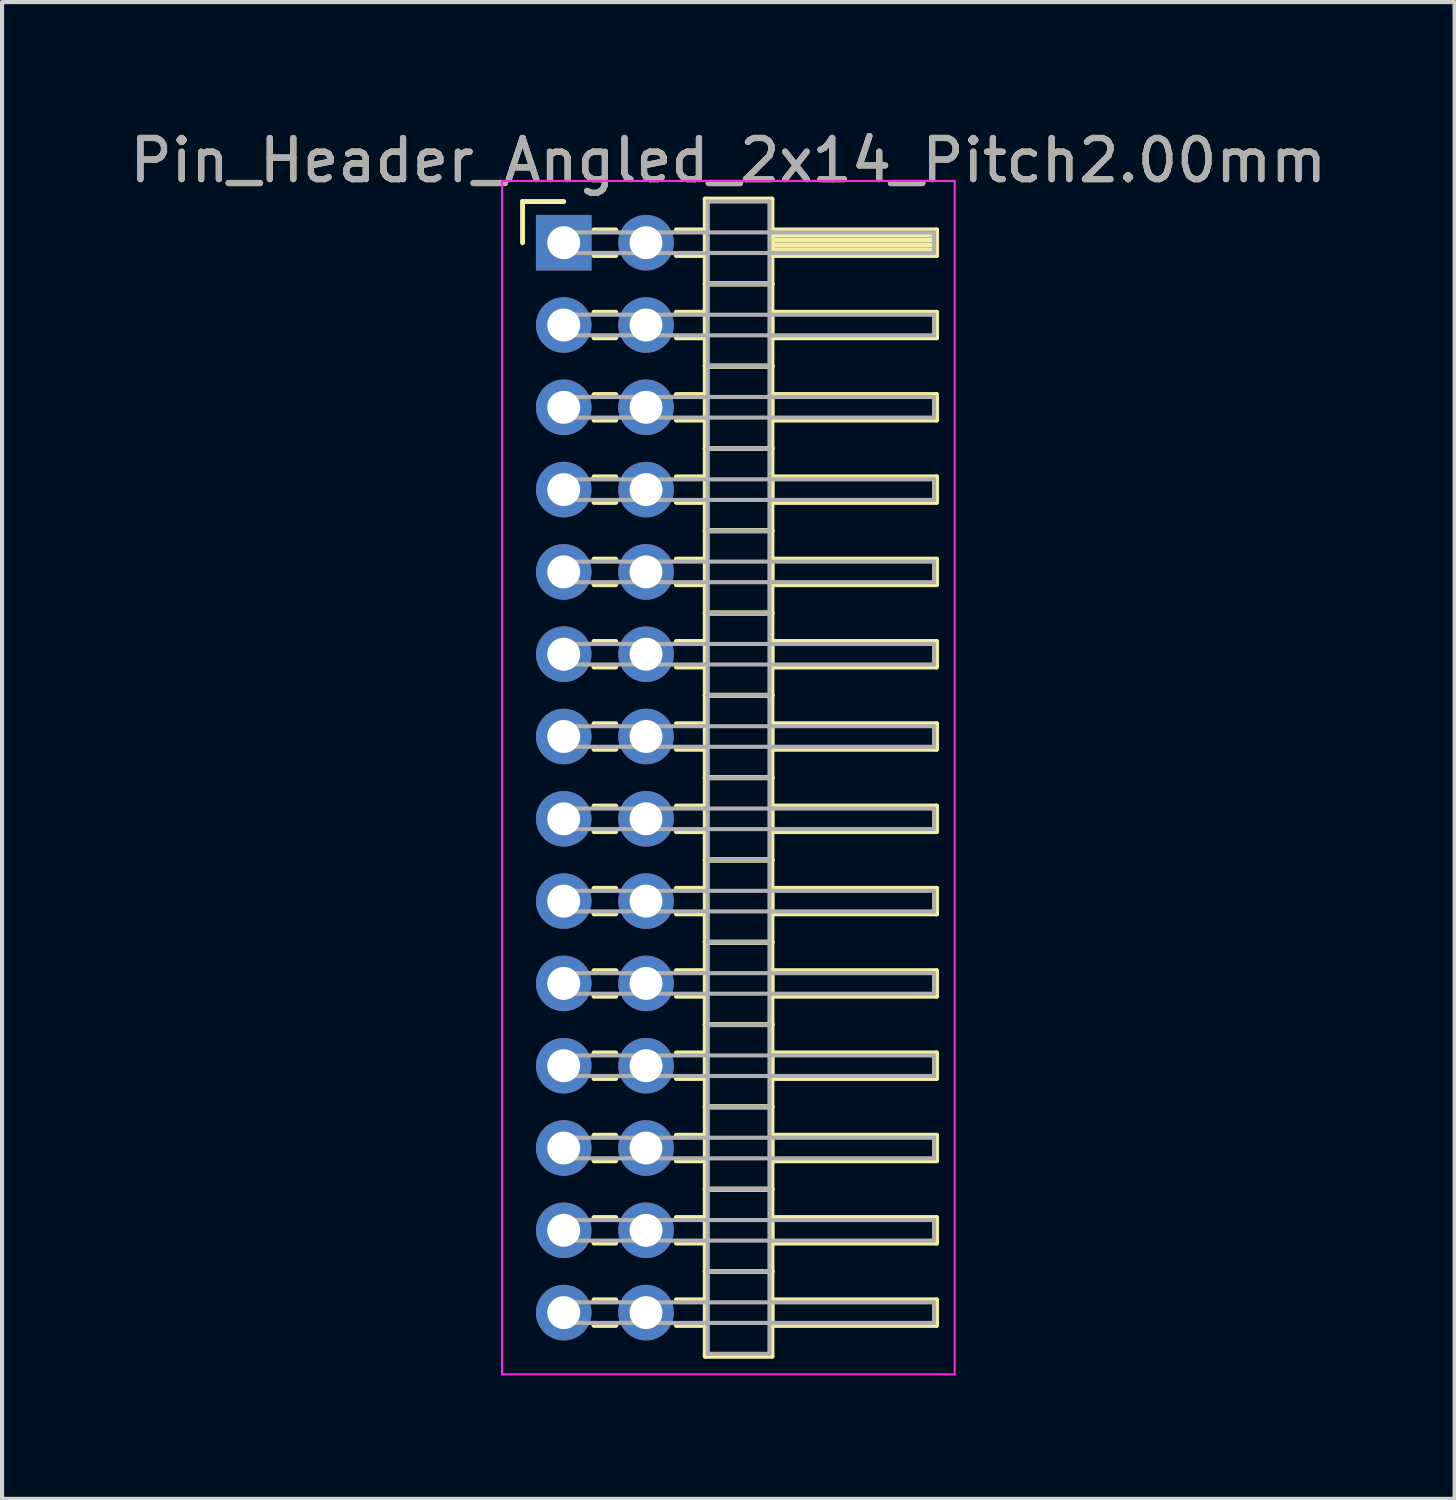
<source format=kicad_pcb>
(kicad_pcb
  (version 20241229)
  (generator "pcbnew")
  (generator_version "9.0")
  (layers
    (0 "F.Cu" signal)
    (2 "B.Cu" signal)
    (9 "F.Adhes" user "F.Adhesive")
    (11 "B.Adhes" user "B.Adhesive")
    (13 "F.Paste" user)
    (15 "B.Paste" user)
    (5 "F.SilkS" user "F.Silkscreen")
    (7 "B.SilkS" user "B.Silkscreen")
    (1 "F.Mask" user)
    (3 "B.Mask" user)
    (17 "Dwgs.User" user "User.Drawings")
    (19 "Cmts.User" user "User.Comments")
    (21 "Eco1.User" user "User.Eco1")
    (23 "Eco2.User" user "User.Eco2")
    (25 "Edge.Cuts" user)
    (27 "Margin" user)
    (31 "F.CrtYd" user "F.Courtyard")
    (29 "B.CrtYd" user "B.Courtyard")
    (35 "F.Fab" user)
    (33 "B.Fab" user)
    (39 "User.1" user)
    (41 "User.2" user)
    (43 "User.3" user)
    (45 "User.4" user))
  (footprint "Pin_Header_Angled_2x14_Pitch2.00mm"
    (layer "F.Cu")
    (at 10.649 2.848)
    (property "Reference" "Pin_Header_Angled_2x14_Pitch2.00mm" (at 4 -2 0) (layer "F.SilkS") (effects (font (size 1 1) (thickness 0.15))))
    (attr through_hole)
    (fp_line (start -1 -1) (end 0 -1) (stroke (width 0.12) (type solid)) (layer "F.SilkS"))
    (fp_line (start -1 0) (end -1 -1) (stroke (width 0.12) (type solid)) (layer "F.SilkS"))
    (fp_line (start 0.735 -0.31) (end 1.265 -0.31) (stroke (width 0.12) (type solid)) (layer "F.SilkS"))
    (fp_line (start 0.735 0.31) (end 1.265 0.31) (stroke (width 0.12) (type solid)) (layer "F.SilkS"))
    (fp_line (start 0.735 1.69) (end 1.265 1.69) (stroke (width 0.12) (type solid)) (layer "F.SilkS"))
    (fp_line (start 0.735 2.31) (end 1.265 2.31) (stroke (width 0.12) (type solid)) (layer "F.SilkS"))
    (fp_line (start 0.735 3.69) (end 1.265 3.69) (stroke (width 0.12) (type solid)) (layer "F.SilkS"))
    (fp_line (start 0.735 4.31) (end 1.265 4.31) (stroke (width 0.12) (type solid)) (layer "F.SilkS"))
    (fp_line (start 0.735 5.69) (end 1.265 5.69) (stroke (width 0.12) (type solid)) (layer "F.SilkS"))
    (fp_line (start 0.735 6.31) (end 1.265 6.31) (stroke (width 0.12) (type solid)) (layer "F.SilkS"))
    (fp_line (start 0.735 7.69) (end 1.265 7.69) (stroke (width 0.12) (type solid)) (layer "F.SilkS"))
    (fp_line (start 0.735 8.31) (end 1.265 8.31) (stroke (width 0.12) (type solid)) (layer "F.SilkS"))
    (fp_line (start 0.735 9.69) (end 1.265 9.69) (stroke (width 0.12) (type solid)) (layer "F.SilkS"))
    (fp_line (start 0.735 10.31) (end 1.265 10.31) (stroke (width 0.12) (type solid)) (layer "F.SilkS"))
    (fp_line (start 0.735 11.69) (end 1.265 11.69) (stroke (width 0.12) (type solid)) (layer "F.SilkS"))
    (fp_line (start 0.735 12.31) (end 1.265 12.31) (stroke (width 0.12) (type solid)) (layer "F.SilkS"))
    (fp_line (start 0.735 13.69) (end 1.265 13.69) (stroke (width 0.12) (type solid)) (layer "F.SilkS"))
    (fp_line (start 0.735 14.31) (end 1.265 14.31) (stroke (width 0.12) (type solid)) (layer "F.SilkS"))
    (fp_line (start 0.735 15.69) (end 1.265 15.69) (stroke (width 0.12) (type solid)) (layer "F.SilkS"))
    (fp_line (start 0.735 16.31) (end 1.265 16.31) (stroke (width 0.12) (type solid)) (layer "F.SilkS"))
    (fp_line (start 0.735 17.69) (end 1.265 17.69) (stroke (width 0.12) (type solid)) (layer "F.SilkS"))
    (fp_line (start 0.735 18.31) (end 1.265 18.31) (stroke (width 0.12) (type solid)) (layer "F.SilkS"))
    (fp_line (start 0.735 19.69) (end 1.265 19.69) (stroke (width 0.12) (type solid)) (layer "F.SilkS"))
    (fp_line (start 0.735 20.31) (end 1.265 20.31) (stroke (width 0.12) (type solid)) (layer "F.SilkS"))
    (fp_line (start 0.735 21.69) (end 1.265 21.69) (stroke (width 0.12) (type solid)) (layer "F.SilkS"))
    (fp_line (start 0.735 22.31) (end 1.265 22.31) (stroke (width 0.12) (type solid)) (layer "F.SilkS"))
    (fp_line (start 0.735 23.69) (end 1.265 23.69) (stroke (width 0.12) (type solid)) (layer "F.SilkS"))
    (fp_line (start 0.735 24.31) (end 1.265 24.31) (stroke (width 0.12) (type solid)) (layer "F.SilkS"))
    (fp_line (start 0.735 25.69) (end 1.265 25.69) (stroke (width 0.12) (type solid)) (layer "F.SilkS"))
    (fp_line (start 0.735 26.31) (end 1.265 26.31) (stroke (width 0.12) (type solid)) (layer "F.SilkS"))
    (fp_line (start 2.735 -0.31) (end 3.44 -0.31) (stroke (width 0.12) (type solid)) (layer "F.SilkS"))
    (fp_line (start 2.735 0.31) (end 3.44 0.31) (stroke (width 0.12) (type solid)) (layer "F.SilkS"))
    (fp_line (start 2.735 1.69) (end 3.44 1.69) (stroke (width 0.12) (type solid)) (layer "F.SilkS"))
    (fp_line (start 2.735 2.31) (end 3.44 2.31) (stroke (width 0.12) (type solid)) (layer "F.SilkS"))
    (fp_line (start 2.735 3.69) (end 3.44 3.69) (stroke (width 0.12) (type solid)) (layer "F.SilkS"))
    (fp_line (start 2.735 4.31) (end 3.44 4.31) (stroke (width 0.12) (type solid)) (layer "F.SilkS"))
    (fp_line (start 2.735 5.69) (end 3.44 5.69) (stroke (width 0.12) (type solid)) (layer "F.SilkS"))
    (fp_line (start 2.735 6.31) (end 3.44 6.31) (stroke (width 0.12) (type solid)) (layer "F.SilkS"))
    (fp_line (start 2.735 7.69) (end 3.44 7.69) (stroke (width 0.12) (type solid)) (layer "F.SilkS"))
    (fp_line (start 2.735 8.31) (end 3.44 8.31) (stroke (width 0.12) (type solid)) (layer "F.SilkS"))
    (fp_line (start 2.735 9.69) (end 3.44 9.69) (stroke (width 0.12) (type solid)) (layer "F.SilkS"))
    (fp_line (start 2.735 10.31) (end 3.44 10.31) (stroke (width 0.12) (type solid)) (layer "F.SilkS"))
    (fp_line (start 2.735 11.69) (end 3.44 11.69) (stroke (width 0.12) (type solid)) (layer "F.SilkS"))
    (fp_line (start 2.735 12.31) (end 3.44 12.31) (stroke (width 0.12) (type solid)) (layer "F.SilkS"))
    (fp_line (start 2.735 13.69) (end 3.44 13.69) (stroke (width 0.12) (type solid)) (layer "F.SilkS"))
    (fp_line (start 2.735 14.31) (end 3.44 14.31) (stroke (width 0.12) (type solid)) (layer "F.SilkS"))
    (fp_line (start 2.735 15.69) (end 3.44 15.69) (stroke (width 0.12) (type solid)) (layer "F.SilkS"))
    (fp_line (start 2.735 16.31) (end 3.44 16.31) (stroke (width 0.12) (type solid)) (layer "F.SilkS"))
    (fp_line (start 2.735 17.69) (end 3.44 17.69) (stroke (width 0.12) (type solid)) (layer "F.SilkS"))
    (fp_line (start 2.735 18.31) (end 3.44 18.31) (stroke (width 0.12) (type solid)) (layer "F.SilkS"))
    (fp_line (start 2.735 19.69) (end 3.44 19.69) (stroke (width 0.12) (type solid)) (layer "F.SilkS"))
    (fp_line (start 2.735 20.31) (end 3.44 20.31) (stroke (width 0.12) (type solid)) (layer "F.SilkS"))
    (fp_line (start 2.735 21.69) (end 3.44 21.69) (stroke (width 0.12) (type solid)) (layer "F.SilkS"))
    (fp_line (start 2.735 22.31) (end 3.44 22.31) (stroke (width 0.12) (type solid)) (layer "F.SilkS"))
    (fp_line (start 2.735 23.69) (end 3.44 23.69) (stroke (width 0.12) (type solid)) (layer "F.SilkS"))
    (fp_line (start 2.735 24.31) (end 3.44 24.31) (stroke (width 0.12) (type solid)) (layer "F.SilkS"))
    (fp_line (start 2.735 25.69) (end 3.44 25.69) (stroke (width 0.12) (type solid)) (layer "F.SilkS"))
    (fp_line (start 2.735 26.31) (end 3.44 26.31) (stroke (width 0.12) (type solid)) (layer "F.SilkS"))
    (fp_line (start 3.44 -1.06) (end 3.44 1) (stroke (width 0.12) (type solid)) (layer "F.SilkS"))
    (fp_line (start 3.44 1) (end 3.44 3) (stroke (width 0.12) (type solid)) (layer "F.SilkS"))
    (fp_line (start 3.44 1) (end 5.06 1) (stroke (width 0.12) (type solid)) (layer "F.SilkS"))
    (fp_line (start 3.44 3) (end 3.44 5) (stroke (width 0.12) (type solid)) (layer "F.SilkS"))
    (fp_line (start 3.44 3) (end 5.06 3) (stroke (width 0.12) (type solid)) (layer "F.SilkS"))
    (fp_line (start 3.44 5) (end 3.44 7) (stroke (width 0.12) (type solid)) (layer "F.SilkS"))
    (fp_line (start 3.44 5) (end 5.06 5) (stroke (width 0.12) (type solid)) (layer "F.SilkS"))
    (fp_line (start 3.44 7) (end 3.44 9) (stroke (width 0.12) (type solid)) (layer "F.SilkS"))
    (fp_line (start 3.44 7) (end 5.06 7) (stroke (width 0.12) (type solid)) (layer "F.SilkS"))
    (fp_line (start 3.44 9) (end 3.44 11) (stroke (width 0.12) (type solid)) (layer "F.SilkS"))
    (fp_line (start 3.44 9) (end 5.06 9) (stroke (width 0.12) (type solid)) (layer "F.SilkS"))
    (fp_line (start 3.44 11) (end 3.44 13) (stroke (width 0.12) (type solid)) (layer "F.SilkS"))
    (fp_line (start 3.44 11) (end 5.06 11) (stroke (width 0.12) (type solid)) (layer "F.SilkS"))
    (fp_line (start 3.44 13) (end 3.44 15) (stroke (width 0.12) (type solid)) (layer "F.SilkS"))
    (fp_line (start 3.44 13) (end 5.06 13) (stroke (width 0.12) (type solid)) (layer "F.SilkS"))
    (fp_line (start 3.44 15) (end 3.44 17) (stroke (width 0.12) (type solid)) (layer "F.SilkS"))
    (fp_line (start 3.44 15) (end 5.06 15) (stroke (width 0.12) (type solid)) (layer "F.SilkS"))
    (fp_line (start 3.44 17) (end 3.44 19) (stroke (width 0.12) (type solid)) (layer "F.SilkS"))
    (fp_line (start 3.44 17) (end 5.06 17) (stroke (width 0.12) (type solid)) (layer "F.SilkS"))
    (fp_line (start 3.44 19) (end 3.44 21) (stroke (width 0.12) (type solid)) (layer "F.SilkS"))
    (fp_line (start 3.44 19) (end 5.06 19) (stroke (width 0.12) (type solid)) (layer "F.SilkS"))
    (fp_line (start 3.44 21) (end 3.44 23) (stroke (width 0.12) (type solid)) (layer "F.SilkS"))
    (fp_line (start 3.44 21) (end 5.06 21) (stroke (width 0.12) (type solid)) (layer "F.SilkS"))
    (fp_line (start 3.44 23) (end 3.44 25) (stroke (width 0.12) (type solid)) (layer "F.SilkS"))
    (fp_line (start 3.44 23) (end 5.06 23) (stroke (width 0.12) (type solid)) (layer "F.SilkS"))
    (fp_line (start 3.44 25) (end 3.44 27.06) (stroke (width 0.12) (type solid)) (layer "F.SilkS"))
    (fp_line (start 3.44 25) (end 5.06 25) (stroke (width 0.12) (type solid)) (layer "F.SilkS"))
    (fp_line (start 3.44 27.06) (end 5.06 27.06) (stroke (width 0.12) (type solid)) (layer "F.SilkS"))
    (fp_line (start 5.06 -1.06) (end 3.44 -1.06) (stroke (width 0.12) (type solid)) (layer "F.SilkS"))
    (fp_line (start 5.06 -0.31) (end 5.06 0.31) (stroke (width 0.12) (type solid)) (layer "F.SilkS"))
    (fp_line (start 5.06 -0.19) (end 9.06 -0.19) (stroke (width 0.12) (type solid)) (layer "F.SilkS"))
    (fp_line (start 5.06 -0.07) (end 9.06 -0.07) (stroke (width 0.12) (type solid)) (layer "F.SilkS"))
    (fp_line (start 5.06 0.05) (end 9.06 0.05) (stroke (width 0.12) (type solid)) (layer "F.SilkS"))
    (fp_line (start 5.06 0.17) (end 9.06 0.17) (stroke (width 0.12) (type solid)) (layer "F.SilkS"))
    (fp_line (start 5.06 0.29) (end 9.06 0.29) (stroke (width 0.12) (type solid)) (layer "F.SilkS"))
    (fp_line (start 5.06 0.31) (end 9.06 0.31) (stroke (width 0.12) (type solid)) (layer "F.SilkS"))
    (fp_line (start 5.06 1) (end 3.44 1) (stroke (width 0.12) (type solid)) (layer "F.SilkS"))
    (fp_line (start 5.06 1) (end 5.06 -1.06) (stroke (width 0.12) (type solid)) (layer "F.SilkS"))
    (fp_line (start 5.06 1.69) (end 5.06 2.31) (stroke (width 0.12) (type solid)) (layer "F.SilkS"))
    (fp_line (start 5.06 2.31) (end 9.06 2.31) (stroke (width 0.12) (type solid)) (layer "F.SilkS"))
    (fp_line (start 5.06 3) (end 3.44 3) (stroke (width 0.12) (type solid)) (layer "F.SilkS"))
    (fp_line (start 5.06 3) (end 5.06 1) (stroke (width 0.12) (type solid)) (layer "F.SilkS"))
    (fp_line (start 5.06 3.69) (end 5.06 4.31) (stroke (width 0.12) (type solid)) (layer "F.SilkS"))
    (fp_line (start 5.06 4.31) (end 9.06 4.31) (stroke (width 0.12) (type solid)) (layer "F.SilkS"))
    (fp_line (start 5.06 5) (end 3.44 5) (stroke (width 0.12) (type solid)) (layer "F.SilkS"))
    (fp_line (start 5.06 5) (end 5.06 3) (stroke (width 0.12) (type solid)) (layer "F.SilkS"))
    (fp_line (start 5.06 5.69) (end 5.06 6.31) (stroke (width 0.12) (type solid)) (layer "F.SilkS"))
    (fp_line (start 5.06 6.31) (end 9.06 6.31) (stroke (width 0.12) (type solid)) (layer "F.SilkS"))
    (fp_line (start 5.06 7) (end 3.44 7) (stroke (width 0.12) (type solid)) (layer "F.SilkS"))
    (fp_line (start 5.06 7) (end 5.06 5) (stroke (width 0.12) (type solid)) (layer "F.SilkS"))
    (fp_line (start 5.06 7.69) (end 5.06 8.31) (stroke (width 0.12) (type solid)) (layer "F.SilkS"))
    (fp_line (start 5.06 8.31) (end 9.06 8.31) (stroke (width 0.12) (type solid)) (layer "F.SilkS"))
    (fp_line (start 5.06 9) (end 3.44 9) (stroke (width 0.12) (type solid)) (layer "F.SilkS"))
    (fp_line (start 5.06 9) (end 5.06 7) (stroke (width 0.12) (type solid)) (layer "F.SilkS"))
    (fp_line (start 5.06 9.69) (end 5.06 10.31) (stroke (width 0.12) (type solid)) (layer "F.SilkS"))
    (fp_line (start 5.06 10.31) (end 9.06 10.31) (stroke (width 0.12) (type solid)) (layer "F.SilkS"))
    (fp_line (start 5.06 11) (end 3.44 11) (stroke (width 0.12) (type solid)) (layer "F.SilkS"))
    (fp_line (start 5.06 11) (end 5.06 9) (stroke (width 0.12) (type solid)) (layer "F.SilkS"))
    (fp_line (start 5.06 11.69) (end 5.06 12.31) (stroke (width 0.12) (type solid)) (layer "F.SilkS"))
    (fp_line (start 5.06 12.31) (end 9.06 12.31) (stroke (width 0.12) (type solid)) (layer "F.SilkS"))
    (fp_line (start 5.06 13) (end 3.44 13) (stroke (width 0.12) (type solid)) (layer "F.SilkS"))
    (fp_line (start 5.06 13) (end 5.06 11) (stroke (width 0.12) (type solid)) (layer "F.SilkS"))
    (fp_line (start 5.06 13.69) (end 5.06 14.31) (stroke (width 0.12) (type solid)) (layer "F.SilkS"))
    (fp_line (start 5.06 14.31) (end 9.06 14.31) (stroke (width 0.12) (type solid)) (layer "F.SilkS"))
    (fp_line (start 5.06 15) (end 3.44 15) (stroke (width 0.12) (type solid)) (layer "F.SilkS"))
    (fp_line (start 5.06 15) (end 5.06 13) (stroke (width 0.12) (type solid)) (layer "F.SilkS"))
    (fp_line (start 5.06 15.69) (end 5.06 16.31) (stroke (width 0.12) (type solid)) (layer "F.SilkS"))
    (fp_line (start 5.06 16.31) (end 9.06 16.31) (stroke (width 0.12) (type solid)) (layer "F.SilkS"))
    (fp_line (start 5.06 17) (end 3.44 17) (stroke (width 0.12) (type solid)) (layer "F.SilkS"))
    (fp_line (start 5.06 17) (end 5.06 15) (stroke (width 0.12) (type solid)) (layer "F.SilkS"))
    (fp_line (start 5.06 17.69) (end 5.06 18.31) (stroke (width 0.12) (type solid)) (layer "F.SilkS"))
    (fp_line (start 5.06 18.31) (end 9.06 18.31) (stroke (width 0.12) (type solid)) (layer "F.SilkS"))
    (fp_line (start 5.06 19) (end 3.44 19) (stroke (width 0.12) (type solid)) (layer "F.SilkS"))
    (fp_line (start 5.06 19) (end 5.06 17) (stroke (width 0.12) (type solid)) (layer "F.SilkS"))
    (fp_line (start 5.06 19.69) (end 5.06 20.31) (stroke (width 0.12) (type solid)) (layer "F.SilkS"))
    (fp_line (start 5.06 20.31) (end 9.06 20.31) (stroke (width 0.12) (type solid)) (layer "F.SilkS"))
    (fp_line (start 5.06 21) (end 3.44 21) (stroke (width 0.12) (type solid)) (layer "F.SilkS"))
    (fp_line (start 5.06 21) (end 5.06 19) (stroke (width 0.12) (type solid)) (layer "F.SilkS"))
    (fp_line (start 5.06 21.69) (end 5.06 22.31) (stroke (width 0.12) (type solid)) (layer "F.SilkS"))
    (fp_line (start 5.06 22.31) (end 9.06 22.31) (stroke (width 0.12) (type solid)) (layer "F.SilkS"))
    (fp_line (start 5.06 23) (end 3.44 23) (stroke (width 0.12) (type solid)) (layer "F.SilkS"))
    (fp_line (start 5.06 23) (end 5.06 21) (stroke (width 0.12) (type solid)) (layer "F.SilkS"))
    (fp_line (start 5.06 23.69) (end 5.06 24.31) (stroke (width 0.12) (type solid)) (layer "F.SilkS"))
    (fp_line (start 5.06 24.31) (end 9.06 24.31) (stroke (width 0.12) (type solid)) (layer "F.SilkS"))
    (fp_line (start 5.06 25) (end 3.44 25) (stroke (width 0.12) (type solid)) (layer "F.SilkS"))
    (fp_line (start 5.06 25) (end 5.06 23) (stroke (width 0.12) (type solid)) (layer "F.SilkS"))
    (fp_line (start 5.06 25.69) (end 5.06 26.31) (stroke (width 0.12) (type solid)) (layer "F.SilkS"))
    (fp_line (start 5.06 26.31) (end 9.06 26.31) (stroke (width 0.12) (type solid)) (layer "F.SilkS"))
    (fp_line (start 5.06 27.06) (end 5.06 25) (stroke (width 0.12) (type solid)) (layer "F.SilkS"))
    (fp_line (start 9.06 -0.31) (end 5.06 -0.31) (stroke (width 0.12) (type solid)) (layer "F.SilkS"))
    (fp_line (start 9.06 0.31) (end 9.06 -0.31) (stroke (width 0.12) (type solid)) (layer "F.SilkS"))
    (fp_line (start 9.06 1.69) (end 5.06 1.69) (stroke (width 0.12) (type solid)) (layer "F.SilkS"))
    (fp_line (start 9.06 2.31) (end 9.06 1.69) (stroke (width 0.12) (type solid)) (layer "F.SilkS"))
    (fp_line (start 9.06 3.69) (end 5.06 3.69) (stroke (width 0.12) (type solid)) (layer "F.SilkS"))
    (fp_line (start 9.06 4.31) (end 9.06 3.69) (stroke (width 0.12) (type solid)) (layer "F.SilkS"))
    (fp_line (start 9.06 5.69) (end 5.06 5.69) (stroke (width 0.12) (type solid)) (layer "F.SilkS"))
    (fp_line (start 9.06 6.31) (end 9.06 5.69) (stroke (width 0.12) (type solid)) (layer "F.SilkS"))
    (fp_line (start 9.06 7.69) (end 5.06 7.69) (stroke (width 0.12) (type solid)) (layer "F.SilkS"))
    (fp_line (start 9.06 8.31) (end 9.06 7.69) (stroke (width 0.12) (type solid)) (layer "F.SilkS"))
    (fp_line (start 9.06 9.69) (end 5.06 9.69) (stroke (width 0.12) (type solid)) (layer "F.SilkS"))
    (fp_line (start 9.06 10.31) (end 9.06 9.69) (stroke (width 0.12) (type solid)) (layer "F.SilkS"))
    (fp_line (start 9.06 11.69) (end 5.06 11.69) (stroke (width 0.12) (type solid)) (layer "F.SilkS"))
    (fp_line (start 9.06 12.31) (end 9.06 11.69) (stroke (width 0.12) (type solid)) (layer "F.SilkS"))
    (fp_line (start 9.06 13.69) (end 5.06 13.69) (stroke (width 0.12) (type solid)) (layer "F.SilkS"))
    (fp_line (start 9.06 14.31) (end 9.06 13.69) (stroke (width 0.12) (type solid)) (layer "F.SilkS"))
    (fp_line (start 9.06 15.69) (end 5.06 15.69) (stroke (width 0.12) (type solid)) (layer "F.SilkS"))
    (fp_line (start 9.06 16.31) (end 9.06 15.69) (stroke (width 0.12) (type solid)) (layer "F.SilkS"))
    (fp_line (start 9.06 17.69) (end 5.06 17.69) (stroke (width 0.12) (type solid)) (layer "F.SilkS"))
    (fp_line (start 9.06 18.31) (end 9.06 17.69) (stroke (width 0.12) (type solid)) (layer "F.SilkS"))
    (fp_line (start 9.06 19.69) (end 5.06 19.69) (stroke (width 0.12) (type solid)) (layer "F.SilkS"))
    (fp_line (start 9.06 20.31) (end 9.06 19.69) (stroke (width 0.12) (type solid)) (layer "F.SilkS"))
    (fp_line (start 9.06 21.69) (end 5.06 21.69) (stroke (width 0.12) (type solid)) (layer "F.SilkS"))
    (fp_line (start 9.06 22.31) (end 9.06 21.69) (stroke (width 0.12) (type solid)) (layer "F.SilkS"))
    (fp_line (start 9.06 23.69) (end 5.06 23.69) (stroke (width 0.12) (type solid)) (layer "F.SilkS"))
    (fp_line (start 9.06 24.31) (end 9.06 23.69) (stroke (width 0.12) (type solid)) (layer "F.SilkS"))
    (fp_line (start 9.06 25.69) (end 5.06 25.69) (stroke (width 0.12) (type solid)) (layer "F.SilkS"))
    (fp_line (start 9.06 26.31) (end 9.06 25.69) (stroke (width 0.12) (type solid)) (layer "F.SilkS"))
    (fp_line (start -1.5 -1.5) (end -1.5 27.5) (stroke (width 0.05) (type solid)) (layer "F.CrtYd"))
    (fp_line (start -1.5 27.5) (end 9.5 27.5) (stroke (width 0.05) (type solid)) (layer "F.CrtYd"))
    (fp_line (start 9.5 -1.5) (end -1.5 -1.5) (stroke (width 0.05) (type solid)) (layer "F.CrtYd"))
    (fp_line (start 9.5 27.5) (end 9.5 -1.5) (stroke (width 0.05) (type solid)) (layer "F.CrtYd"))
    (fp_line (start 0 -0.25) (end 0 0.25) (stroke (width 0.1) (type solid)) (layer "F.Fab"))
    (fp_line (start 0 0.25) (end 9 0.25) (stroke (width 0.1) (type solid)) (layer "F.Fab"))
    (fp_line (start 0 1.75) (end 0 2.25) (stroke (width 0.1) (type solid)) (layer "F.Fab"))
    (fp_line (start 0 2.25) (end 9 2.25) (stroke (width 0.1) (type solid)) (layer "F.Fab"))
    (fp_line (start 0 3.75) (end 0 4.25) (stroke (width 0.1) (type solid)) (layer "F.Fab"))
    (fp_line (start 0 4.25) (end 9 4.25) (stroke (width 0.1) (type solid)) (layer "F.Fab"))
    (fp_line (start 0 5.75) (end 0 6.25) (stroke (width 0.1) (type solid)) (layer "F.Fab"))
    (fp_line (start 0 6.25) (end 9 6.25) (stroke (width 0.1) (type solid)) (layer "F.Fab"))
    (fp_line (start 0 7.75) (end 0 8.25) (stroke (width 0.1) (type solid)) (layer "F.Fab"))
    (fp_line (start 0 8.25) (end 9 8.25) (stroke (width 0.1) (type solid)) (layer "F.Fab"))
    (fp_line (start 0 9.75) (end 0 10.25) (stroke (width 0.1) (type solid)) (layer "F.Fab"))
    (fp_line (start 0 10.25) (end 9 10.25) (stroke (width 0.1) (type solid)) (layer "F.Fab"))
    (fp_line (start 0 11.75) (end 0 12.25) (stroke (width 0.1) (type solid)) (layer "F.Fab"))
    (fp_line (start 0 12.25) (end 9 12.25) (stroke (width 0.1) (type solid)) (layer "F.Fab"))
    (fp_line (start 0 13.75) (end 0 14.25) (stroke (width 0.1) (type solid)) (layer "F.Fab"))
    (fp_line (start 0 14.25) (end 9 14.25) (stroke (width 0.1) (type solid)) (layer "F.Fab"))
    (fp_line (start 0 15.75) (end 0 16.25) (stroke (width 0.1) (type solid)) (layer "F.Fab"))
    (fp_line (start 0 16.25) (end 9 16.25) (stroke (width 0.1) (type solid)) (layer "F.Fab"))
    (fp_line (start 0 17.75) (end 0 18.25) (stroke (width 0.1) (type solid)) (layer "F.Fab"))
    (fp_line (start 0 18.25) (end 9 18.25) (stroke (width 0.1) (type solid)) (layer "F.Fab"))
    (fp_line (start 0 19.75) (end 0 20.25) (stroke (width 0.1) (type solid)) (layer "F.Fab"))
    (fp_line (start 0 20.25) (end 9 20.25) (stroke (width 0.1) (type solid)) (layer "F.Fab"))
    (fp_line (start 0 21.75) (end 0 22.25) (stroke (width 0.1) (type solid)) (layer "F.Fab"))
    (fp_line (start 0 22.25) (end 9 22.25) (stroke (width 0.1) (type solid)) (layer "F.Fab"))
    (fp_line (start 0 23.75) (end 0 24.25) (stroke (width 0.1) (type solid)) (layer "F.Fab"))
    (fp_line (start 0 24.25) (end 9 24.25) (stroke (width 0.1) (type solid)) (layer "F.Fab"))
    (fp_line (start 0 25.75) (end 0 26.25) (stroke (width 0.1) (type solid)) (layer "F.Fab"))
    (fp_line (start 0 26.25) (end 9 26.25) (stroke (width 0.1) (type solid)) (layer "F.Fab"))
    (fp_line (start 3.5 -1) (end 3.5 1) (stroke (width 0.1) (type solid)) (layer "F.Fab"))
    (fp_line (start 3.5 1) (end 3.5 3) (stroke (width 0.1) (type solid)) (layer "F.Fab"))
    (fp_line (start 3.5 1) (end 5 1) (stroke (width 0.1) (type solid)) (layer "F.Fab"))
    (fp_line (start 3.5 3) (end 3.5 5) (stroke (width 0.1) (type solid)) (layer "F.Fab"))
    (fp_line (start 3.5 3) (end 5 3) (stroke (width 0.1) (type solid)) (layer "F.Fab"))
    (fp_line (start 3.5 5) (end 3.5 7) (stroke (width 0.1) (type solid)) (layer "F.Fab"))
    (fp_line (start 3.5 5) (end 5 5) (stroke (width 0.1) (type solid)) (layer "F.Fab"))
    (fp_line (start 3.5 7) (end 3.5 9) (stroke (width 0.1) (type solid)) (layer "F.Fab"))
    (fp_line (start 3.5 7) (end 5 7) (stroke (width 0.1) (type solid)) (layer "F.Fab"))
    (fp_line (start 3.5 9) (end 3.5 11) (stroke (width 0.1) (type solid)) (layer "F.Fab"))
    (fp_line (start 3.5 9) (end 5 9) (stroke (width 0.1) (type solid)) (layer "F.Fab"))
    (fp_line (start 3.5 11) (end 3.5 13) (stroke (width 0.1) (type solid)) (layer "F.Fab"))
    (fp_line (start 3.5 11) (end 5 11) (stroke (width 0.1) (type solid)) (layer "F.Fab"))
    (fp_line (start 3.5 13) (end 3.5 15) (stroke (width 0.1) (type solid)) (layer "F.Fab"))
    (fp_line (start 3.5 13) (end 5 13) (stroke (width 0.1) (type solid)) (layer "F.Fab"))
    (fp_line (start 3.5 15) (end 3.5 17) (stroke (width 0.1) (type solid)) (layer "F.Fab"))
    (fp_line (start 3.5 15) (end 5 15) (stroke (width 0.1) (type solid)) (layer "F.Fab"))
    (fp_line (start 3.5 17) (end 3.5 19) (stroke (width 0.1) (type solid)) (layer "F.Fab"))
    (fp_line (start 3.5 17) (end 5 17) (stroke (width 0.1) (type solid)) (layer "F.Fab"))
    (fp_line (start 3.5 19) (end 3.5 21) (stroke (width 0.1) (type solid)) (layer "F.Fab"))
    (fp_line (start 3.5 19) (end 5 19) (stroke (width 0.1) (type solid)) (layer "F.Fab"))
    (fp_line (start 3.5 21) (end 3.5 23) (stroke (width 0.1) (type solid)) (layer "F.Fab"))
    (fp_line (start 3.5 21) (end 5 21) (stroke (width 0.1) (type solid)) (layer "F.Fab"))
    (fp_line (start 3.5 23) (end 3.5 25) (stroke (width 0.1) (type solid)) (layer "F.Fab"))
    (fp_line (start 3.5 23) (end 5 23) (stroke (width 0.1) (type solid)) (layer "F.Fab"))
    (fp_line (start 3.5 25) (end 3.5 27) (stroke (width 0.1) (type solid)) (layer "F.Fab"))
    (fp_line (start 3.5 25) (end 5 25) (stroke (width 0.1) (type solid)) (layer "F.Fab"))
    (fp_line (start 3.5 27) (end 5 27) (stroke (width 0.1) (type solid)) (layer "F.Fab"))
    (fp_line (start 5 -1) (end 3.5 -1) (stroke (width 0.1) (type solid)) (layer "F.Fab"))
    (fp_line (start 5 1) (end 3.5 1) (stroke (width 0.1) (type solid)) (layer "F.Fab"))
    (fp_line (start 5 1) (end 5 -1) (stroke (width 0.1) (type solid)) (layer "F.Fab"))
    (fp_line (start 5 3) (end 3.5 3) (stroke (width 0.1) (type solid)) (layer "F.Fab"))
    (fp_line (start 5 3) (end 5 1) (stroke (width 0.1) (type solid)) (layer "F.Fab"))
    (fp_line (start 5 5) (end 3.5 5) (stroke (width 0.1) (type solid)) (layer "F.Fab"))
    (fp_line (start 5 5) (end 5 3) (stroke (width 0.1) (type solid)) (layer "F.Fab"))
    (fp_line (start 5 7) (end 3.5 7) (stroke (width 0.1) (type solid)) (layer "F.Fab"))
    (fp_line (start 5 7) (end 5 5) (stroke (width 0.1) (type solid)) (layer "F.Fab"))
    (fp_line (start 5 9) (end 3.5 9) (stroke (width 0.1) (type solid)) (layer "F.Fab"))
    (fp_line (start 5 9) (end 5 7) (stroke (width 0.1) (type solid)) (layer "F.Fab"))
    (fp_line (start 5 11) (end 3.5 11) (stroke (width 0.1) (type solid)) (layer "F.Fab"))
    (fp_line (start 5 11) (end 5 9) (stroke (width 0.1) (type solid)) (layer "F.Fab"))
    (fp_line (start 5 13) (end 3.5 13) (stroke (width 0.1) (type solid)) (layer "F.Fab"))
    (fp_line (start 5 13) (end 5 11) (stroke (width 0.1) (type solid)) (layer "F.Fab"))
    (fp_line (start 5 15) (end 3.5 15) (stroke (width 0.1) (type solid)) (layer "F.Fab"))
    (fp_line (start 5 15) (end 5 13) (stroke (width 0.1) (type solid)) (layer "F.Fab"))
    (fp_line (start 5 17) (end 3.5 17) (stroke (width 0.1) (type solid)) (layer "F.Fab"))
    (fp_line (start 5 17) (end 5 15) (stroke (width 0.1) (type solid)) (layer "F.Fab"))
    (fp_line (start 5 19) (end 3.5 19) (stroke (width 0.1) (type solid)) (layer "F.Fab"))
    (fp_line (start 5 19) (end 5 17) (stroke (width 0.1) (type solid)) (layer "F.Fab"))
    (fp_line (start 5 21) (end 3.5 21) (stroke (width 0.1) (type solid)) (layer "F.Fab"))
    (fp_line (start 5 21) (end 5 19) (stroke (width 0.1) (type solid)) (layer "F.Fab"))
    (fp_line (start 5 23) (end 3.5 23) (stroke (width 0.1) (type solid)) (layer "F.Fab"))
    (fp_line (start 5 23) (end 5 21) (stroke (width 0.1) (type solid)) (layer "F.Fab"))
    (fp_line (start 5 25) (end 3.5 25) (stroke (width 0.1) (type solid)) (layer "F.Fab"))
    (fp_line (start 5 25) (end 5 23) (stroke (width 0.1) (type solid)) (layer "F.Fab"))
    (fp_line (start 5 27) (end 5 25) (stroke (width 0.1) (type solid)) (layer "F.Fab"))
    (fp_line (start 9 -0.25) (end 0 -0.25) (stroke (width 0.1) (type solid)) (layer "F.Fab"))
    (fp_line (start 9 0.25) (end 9 -0.25) (stroke (width 0.1) (type solid)) (layer "F.Fab"))
    (fp_line (start 9 1.75) (end 0 1.75) (stroke (width 0.1) (type solid)) (layer "F.Fab"))
    (fp_line (start 9 2.25) (end 9 1.75) (stroke (width 0.1) (type solid)) (layer "F.Fab"))
    (fp_line (start 9 3.75) (end 0 3.75) (stroke (width 0.1) (type solid)) (layer "F.Fab"))
    (fp_line (start 9 4.25) (end 9 3.75) (stroke (width 0.1) (type solid)) (layer "F.Fab"))
    (fp_line (start 9 5.75) (end 0 5.75) (stroke (width 0.1) (type solid)) (layer "F.Fab"))
    (fp_line (start 9 6.25) (end 9 5.75) (stroke (width 0.1) (type solid)) (layer "F.Fab"))
    (fp_line (start 9 7.75) (end 0 7.75) (stroke (width 0.1) (type solid)) (layer "F.Fab"))
    (fp_line (start 9 8.25) (end 9 7.75) (stroke (width 0.1) (type solid)) (layer "F.Fab"))
    (fp_line (start 9 9.75) (end 0 9.75) (stroke (width 0.1) (type solid)) (layer "F.Fab"))
    (fp_line (start 9 10.25) (end 9 9.75) (stroke (width 0.1) (type solid)) (layer "F.Fab"))
    (fp_line (start 9 11.75) (end 0 11.75) (stroke (width 0.1) (type solid)) (layer "F.Fab"))
    (fp_line (start 9 12.25) (end 9 11.75) (stroke (width 0.1) (type solid)) (layer "F.Fab"))
    (fp_line (start 9 13.75) (end 0 13.75) (stroke (width 0.1) (type solid)) (layer "F.Fab"))
    (fp_line (start 9 14.25) (end 9 13.75) (stroke (width 0.1) (type solid)) (layer "F.Fab"))
    (fp_line (start 9 15.75) (end 0 15.75) (stroke (width 0.1) (type solid)) (layer "F.Fab"))
    (fp_line (start 9 16.25) (end 9 15.75) (stroke (width 0.1) (type solid)) (layer "F.Fab"))
    (fp_line (start 9 17.75) (end 0 17.75) (stroke (width 0.1) (type solid)) (layer "F.Fab"))
    (fp_line (start 9 18.25) (end 9 17.75) (stroke (width 0.1) (type solid)) (layer "F.Fab"))
    (fp_line (start 9 19.75) (end 0 19.75) (stroke (width 0.1) (type solid)) (layer "F.Fab"))
    (fp_line (start 9 20.25) (end 9 19.75) (stroke (width 0.1) (type solid)) (layer "F.Fab"))
    (fp_line (start 9 21.75) (end 0 21.75) (stroke (width 0.1) (type solid)) (layer "F.Fab"))
    (fp_line (start 9 22.25) (end 9 21.75) (stroke (width 0.1) (type solid)) (layer "F.Fab"))
    (fp_line (start 9 23.75) (end 0 23.75) (stroke (width 0.1) (type solid)) (layer "F.Fab"))
    (fp_line (start 9 24.25) (end 9 23.75) (stroke (width 0.1) (type solid)) (layer "F.Fab"))
    (fp_line (start 9 25.75) (end 0 25.75) (stroke (width 0.1) (type solid)) (layer "F.Fab"))
    (fp_line (start 9 26.25) (end 9 25.75) (stroke (width 0.1) (type solid)) (layer "F.Fab"))
    (fp_text user "${REFERENCE}" (at 4 -2 0) (layer "F.Fab") (effects (font (size 1 1) (thickness 0.15))))
    (pad "1" thru_hole rect (at 0 0) (size 1.35 1.35) (drill 0.8) (layers "*.Cu" "*.Mask"))
    (pad "2" thru_hole oval (at 2 0) (size 1.35 1.35) (drill 0.8) (layers "*.Cu" "*.Mask"))
    (pad "3" thru_hole oval (at 0 2) (size 1.35 1.35) (drill 0.8) (layers "*.Cu" "*.Mask"))
    (pad "4" thru_hole oval (at 2 2) (size 1.35 1.35) (drill 0.8) (layers "*.Cu" "*.Mask"))
    (pad "5" thru_hole oval (at 0 4) (size 1.35 1.35) (drill 0.8) (layers "*.Cu" "*.Mask"))
    (pad "6" thru_hole oval (at 2 4) (size 1.35 1.35) (drill 0.8) (layers "*.Cu" "*.Mask"))
    (pad "7" thru_hole oval (at 0 6) (size 1.35 1.35) (drill 0.8) (layers "*.Cu" "*.Mask"))
    (pad "8" thru_hole oval (at 2 6) (size 1.35 1.35) (drill 0.8) (layers "*.Cu" "*.Mask"))
    (pad "9" thru_hole oval (at 0 8) (size 1.35 1.35) (drill 0.8) (layers "*.Cu" "*.Mask"))
    (pad "10" thru_hole oval (at 2 8) (size 1.35 1.35) (drill 0.8) (layers "*.Cu" "*.Mask"))
    (pad "11" thru_hole oval (at 0 10) (size 1.35 1.35) (drill 0.8) (layers "*.Cu" "*.Mask"))
    (pad "12" thru_hole oval (at 2 10) (size 1.35 1.35) (drill 0.8) (layers "*.Cu" "*.Mask"))
    (pad "13" thru_hole oval (at 0 12) (size 1.35 1.35) (drill 0.8) (layers "*.Cu" "*.Mask"))
    (pad "14" thru_hole oval (at 2 12) (size 1.35 1.35) (drill 0.8) (layers "*.Cu" "*.Mask"))
    (pad "15" thru_hole oval (at 0 14) (size 1.35 1.35) (drill 0.8) (layers "*.Cu" "*.Mask"))
    (pad "16" thru_hole oval (at 2 14) (size 1.35 1.35) (drill 0.8) (layers "*.Cu" "*.Mask"))
    (pad "17" thru_hole oval (at 0 16) (size 1.35 1.35) (drill 0.8) (layers "*.Cu" "*.Mask"))
    (pad "18" thru_hole oval (at 2 16) (size 1.35 1.35) (drill 0.8) (layers "*.Cu" "*.Mask"))
    (pad "19" thru_hole oval (at 0 18) (size 1.35 1.35) (drill 0.8) (layers "*.Cu" "*.Mask"))
    (pad "20" thru_hole oval (at 2 18) (size 1.35 1.35) (drill 0.8) (layers "*.Cu" "*.Mask"))
    (pad "21" thru_hole oval (at 0 20) (size 1.35 1.35) (drill 0.8) (layers "*.Cu" "*.Mask"))
    (pad "22" thru_hole oval (at 2 20) (size 1.35 1.35) (drill 0.8) (layers "*.Cu" "*.Mask"))
    (pad "23" thru_hole oval (at 0 22) (size 1.35 1.35) (drill 0.8) (layers "*.Cu" "*.Mask"))
    (pad "24" thru_hole oval (at 2 22) (size 1.35 1.35) (drill 0.8) (layers "*.Cu" "*.Mask"))
    (pad "25" thru_hole oval (at 0 24) (size 1.35 1.35) (drill 0.8) (layers "*.Cu" "*.Mask"))
    (pad "26" thru_hole oval (at 2 24) (size 1.35 1.35) (drill 0.8) (layers "*.Cu" "*.Mask"))
    (pad "27" thru_hole oval (at 0 26) (size 1.35 1.35) (drill 0.8) (layers "*.Cu" "*.Mask"))
    (pad "28" thru_hole oval (at 2 26) (size 1.35 1.35) (drill 0.8) (layers "*.Cu" "*.Mask")))
  (gr_rect
    (start -3 -3)
    (end 32.298 33.373)
    (stroke (width 0.1) (type default))
    (fill no)
    (layer "Edge.Cuts")))
</source>
